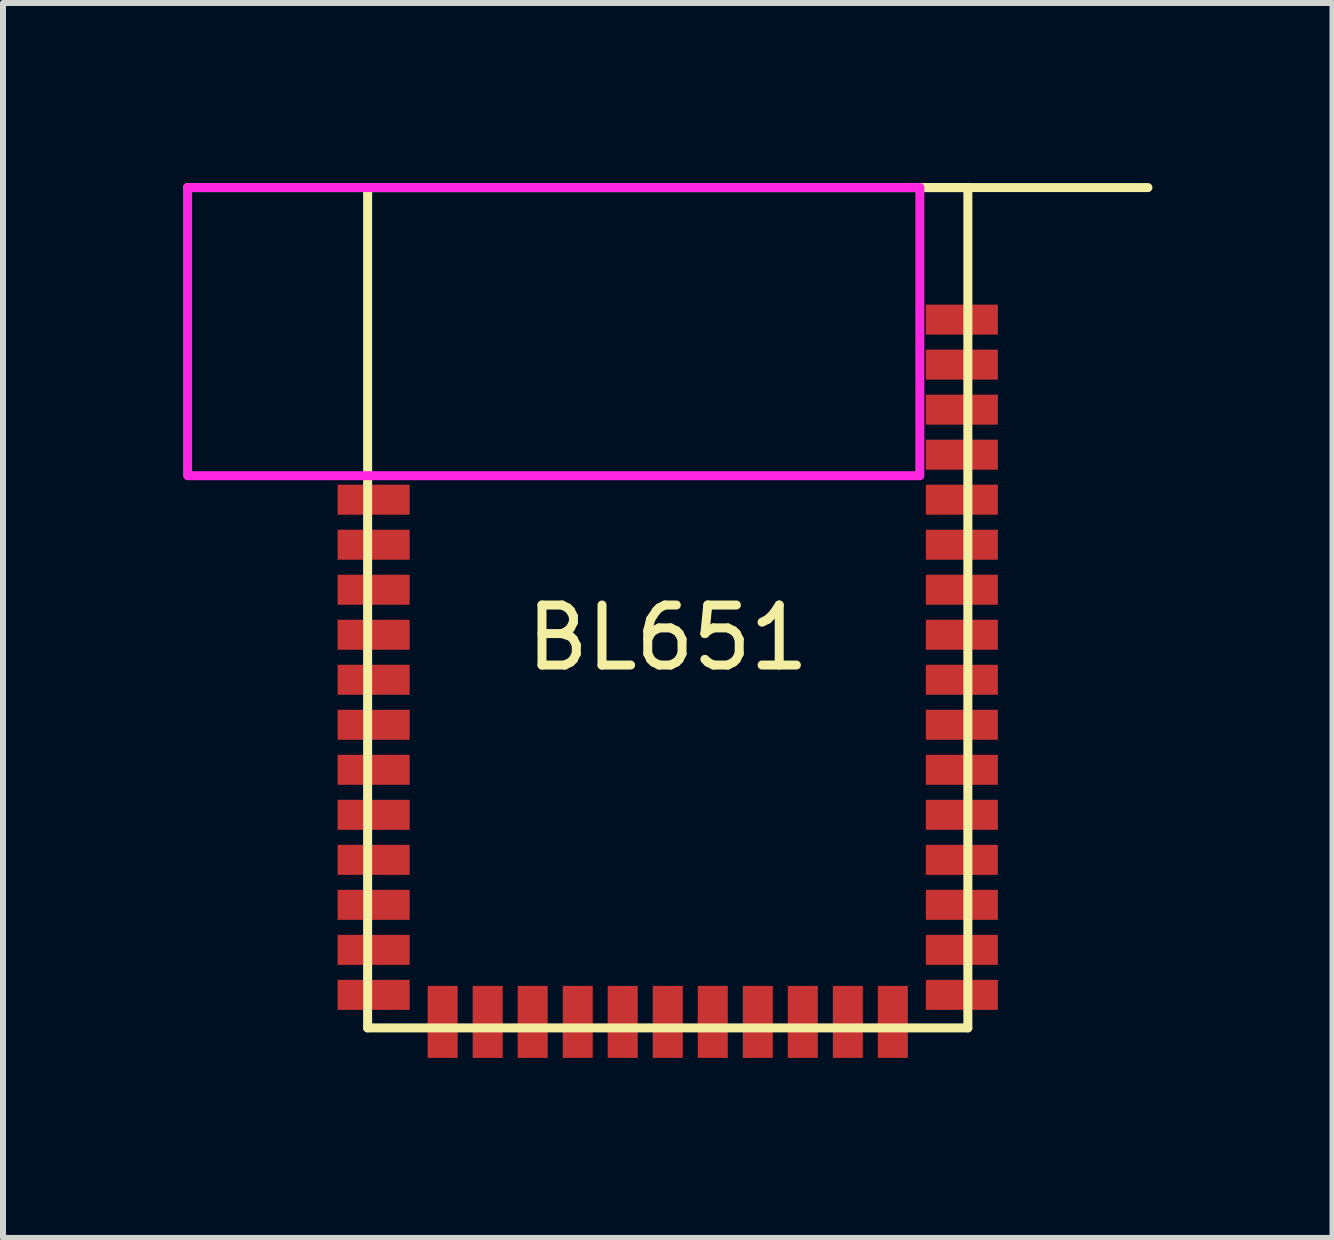
<source format=kicad_pcb>
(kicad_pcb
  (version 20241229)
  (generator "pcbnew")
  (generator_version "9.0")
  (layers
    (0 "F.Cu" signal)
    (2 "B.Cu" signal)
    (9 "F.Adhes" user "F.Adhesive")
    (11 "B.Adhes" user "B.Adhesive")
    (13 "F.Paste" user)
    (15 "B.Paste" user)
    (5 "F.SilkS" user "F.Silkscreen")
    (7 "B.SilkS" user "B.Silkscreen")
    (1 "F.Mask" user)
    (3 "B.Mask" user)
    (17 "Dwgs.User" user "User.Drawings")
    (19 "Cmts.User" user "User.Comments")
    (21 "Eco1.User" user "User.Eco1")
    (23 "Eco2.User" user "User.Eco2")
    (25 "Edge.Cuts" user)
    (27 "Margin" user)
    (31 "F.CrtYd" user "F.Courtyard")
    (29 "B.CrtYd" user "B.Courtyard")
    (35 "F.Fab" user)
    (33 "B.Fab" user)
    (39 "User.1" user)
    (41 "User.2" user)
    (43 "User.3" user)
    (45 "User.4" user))
  (footprint "BL651"
    (layer "F.Cu")
    (at 8.075 7.075)
    (property "Reference" "BL651" (at 0 0.5 0) (layer "F.SilkS") (effects (font (size 1 1) (thickness 0.15))))
    (attr through_hole)
    (fp_line (start -8 -7) (end 8 -7) (stroke (width 0.15) (type solid)) (layer "F.SilkS"))
    (fp_line (start -5 -7) (end 5 -7) (stroke (width 0.15) (type solid)) (layer "F.SilkS"))
    (fp_line (start -5 7) (end -5 -7) (stroke (width 0.15) (type solid)) (layer "F.SilkS"))
    (fp_line (start 5 -7) (end 5 7) (stroke (width 0.15) (type solid)) (layer "F.SilkS"))
    (fp_line (start 5 7) (end -5 7) (stroke (width 0.15) (type solid)) (layer "F.SilkS"))
    (fp_poly (pts (xy 4.2 -7) (xy 4.2 -2.2) (xy -8 -2.2) (xy -8 -7)) (stroke (width 0.15) (type solid)) (fill no) (layer "F.CrtYd"))
    (pad "1" smd rect (at 4.9 -4.8) (size 1.2 0.5) (layers "F.Cu" "F.Mask" "F.Paste"))
    (pad "2" smd rect (at 4.9 -4.05) (size 1.2 0.5) (layers "F.Cu" "F.Mask" "F.Paste"))
    (pad "3" smd rect (at 4.9 -3.3) (size 1.2 0.5) (layers "F.Cu" "F.Mask" "F.Paste"))
    (pad "4" smd rect (at 4.9 -2.55) (size 1.2 0.5) (layers "F.Cu" "F.Mask" "F.Paste"))
    (pad "5" smd rect (at 4.9 -1.8) (size 1.2 0.5) (layers "F.Cu" "F.Mask" "F.Paste"))
    (pad "6" smd rect (at 4.9 -1.05) (size 1.2 0.5) (layers "F.Cu" "F.Mask" "F.Paste"))
    (pad "7" smd rect (at 4.9 -0.3) (size 1.2 0.5) (layers "F.Cu" "F.Mask" "F.Paste"))
    (pad "8" smd rect (at 4.9 0.45) (size 1.2 0.5) (layers "F.Cu" "F.Mask" "F.Paste"))
    (pad "9" smd rect (at 4.9 1.2) (size 1.2 0.5) (layers "F.Cu" "F.Mask" "F.Paste"))
    (pad "10" smd rect (at 4.9 1.95) (size 1.2 0.5) (layers "F.Cu" "F.Mask" "F.Paste"))
    (pad "11" smd rect (at 4.9 2.7) (size 1.2 0.5) (layers "F.Cu" "F.Mask" "F.Paste"))
    (pad "12" smd rect (at 4.9 3.45) (size 1.2 0.5) (layers "F.Cu" "F.Mask" "F.Paste"))
    (pad "13" smd rect (at 4.9 4.2) (size 1.2 0.5) (layers "F.Cu" "F.Mask" "F.Paste"))
    (pad "14" smd rect (at 4.9 4.95) (size 1.2 0.5) (layers "F.Cu" "F.Mask" "F.Paste"))
    (pad "15" smd rect (at 4.9 5.7) (size 1.2 0.5) (layers "F.Cu" "F.Mask" "F.Paste"))
    (pad "16" smd rect (at 4.9 6.45) (size 1.2 0.5) (layers "F.Cu" "F.Mask" "F.Paste"))
    (pad "17" smd rect (at 3.75 6.9 90) (size 1.2 0.5) (layers "F.Cu" "F.Mask" "F.Paste"))
    (pad "18" smd rect (at 3 6.9 90) (size 1.2 0.5) (layers "F.Cu" "F.Mask" "F.Paste"))
    (pad "19" smd rect (at 2.25 6.9 90) (size 1.2 0.5) (layers "F.Cu" "F.Mask" "F.Paste"))
    (pad "20" smd rect (at 1.5 6.9 90) (size 1.2 0.5) (layers "F.Cu" "F.Mask" "F.Paste"))
    (pad "21" smd rect (at 0.75 6.9 90) (size 1.2 0.5) (layers "F.Cu" "F.Mask" "F.Paste"))
    (pad "22" smd rect (at 0 6.9 90) (size 1.2 0.5) (layers "F.Cu" "F.Mask" "F.Paste"))
    (pad "23" smd rect (at -0.75 6.9 90) (size 1.2 0.5) (layers "F.Cu" "F.Mask" "F.Paste"))
    (pad "24" smd rect (at -1.5 6.9 90) (size 1.2 0.5) (layers "F.Cu" "F.Mask" "F.Paste"))
    (pad "25" smd rect (at -2.25 6.9 90) (size 1.2 0.5) (layers "F.Cu" "F.Mask" "F.Paste"))
    (pad "26" smd rect (at -3 6.9 90) (size 1.2 0.5) (layers "F.Cu" "F.Mask" "F.Paste"))
    (pad "27" smd rect (at -3.75 6.9 90) (size 1.2 0.5) (layers "F.Cu" "F.Mask" "F.Paste"))
    (pad "28" smd rect (at -4.9 6.45) (size 1.2 0.5) (layers "F.Cu" "F.Mask" "F.Paste"))
    (pad "29" smd rect (at -4.9 5.7) (size 1.2 0.5) (layers "F.Cu" "F.Mask" "F.Paste"))
    (pad "30" smd rect (at -4.9 4.95) (size 1.2 0.5) (layers "F.Cu" "F.Mask" "F.Paste"))
    (pad "31" smd rect (at -4.9 4.2) (size 1.2 0.5) (layers "F.Cu" "F.Mask" "F.Paste"))
    (pad "32" smd rect (at -4.9 3.45) (size 1.2 0.5) (layers "F.Cu" "F.Mask" "F.Paste"))
    (pad "33" smd rect (at -4.9 2.7) (size 1.2 0.5) (layers "F.Cu" "F.Mask" "F.Paste"))
    (pad "34" smd rect (at -4.9 1.95) (size 1.2 0.5) (layers "F.Cu" "F.Mask" "F.Paste"))
    (pad "35" smd rect (at -4.9 1.2) (size 1.2 0.5) (layers "F.Cu" "F.Mask" "F.Paste"))
    (pad "36" smd rect (at -4.9 0.45) (size 1.2 0.5) (layers "F.Cu" "F.Mask" "F.Paste"))
    (pad "37" smd rect (at -4.9 -0.3) (size 1.2 0.5) (layers "F.Cu" "F.Mask" "F.Paste"))
    (pad "38" smd rect (at -4.9 -1.05) (size 1.2 0.5) (layers "F.Cu" "F.Mask" "F.Paste"))
    (pad "39" smd rect (at -4.9 -1.8) (size 1.2 0.5) (layers "F.Cu" "F.Mask" "F.Paste")))
  (gr_rect
    (start -3 -3)
    (end 19.15 17.575)
    (stroke (width 0.1) (type default))
    (fill no)
    (layer "Edge.Cuts")))
</source>
